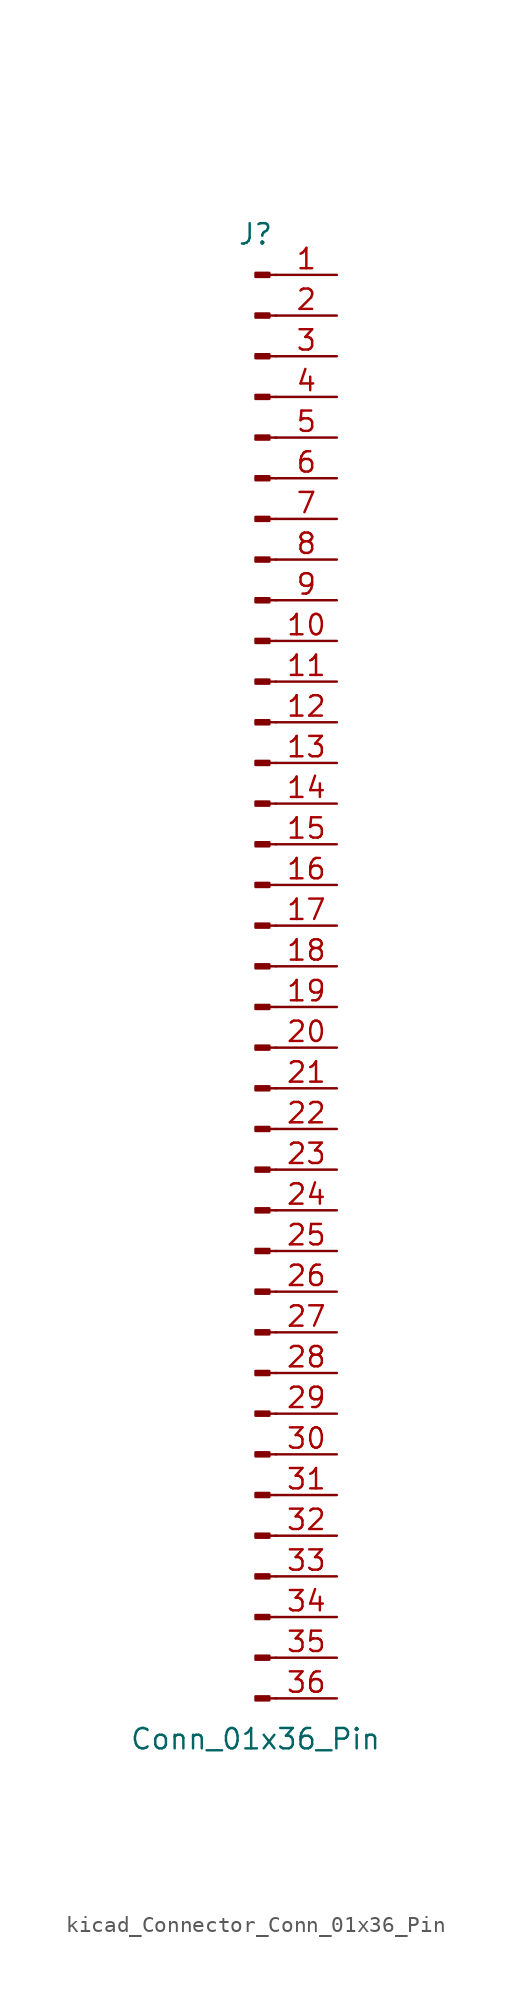
<source format=kicad_sym>
(kicad_symbol_lib
  (version 20220914)
  (generator kicad_symbol_editor)
  (symbol "kicad_Connector_Conn_01x36_Pin"
    (pin_names
      (offset 1.016) hide)
    (property "Reference" "J"
      (at 0 45.72 0)
      (effects (font (size 1.27 1.27))))
    (property "Value" "Conn_01x36_Pin"
      (at 0 -48.26 0)
      (effects (font (size 1.27 1.27))))
    (property "ki_locked" ""
      (at 0 0 0)
      (effects (font (size 1.27 1.27))))
    (symbol "kicad_Connector_Conn_01x36_Pin_1_1"
      (polyline (pts (xy 1.27 -45.72) (xy 0.864 -45.72)) (stroke (width 0.152) (type default)) (fill (type none)))
      (polyline (pts (xy 1.27 -43.18) (xy 0.864 -43.18)) (stroke (width 0.152) (type default)) (fill (type none)))
      (polyline (pts (xy 1.27 -40.64) (xy 0.864 -40.64)) (stroke (width 0.152) (type default)) (fill (type none)))
      (polyline (pts (xy 1.27 -38.1) (xy 0.864 -38.1)) (stroke (width 0.152) (type default)) (fill (type none)))
      (polyline (pts (xy 1.27 -35.56) (xy 0.864 -35.56)) (stroke (width 0.152) (type default)) (fill (type none)))
      (polyline (pts (xy 1.27 -33.02) (xy 0.864 -33.02)) (stroke (width 0.152) (type default)) (fill (type none)))
      (polyline (pts (xy 1.27 -30.48) (xy 0.864 -30.48)) (stroke (width 0.152) (type default)) (fill (type none)))
      (polyline (pts (xy 1.27 -27.94) (xy 0.864 -27.94)) (stroke (width 0.152) (type default)) (fill (type none)))
      (polyline (pts (xy 1.27 -25.4) (xy 0.864 -25.4)) (stroke (width 0.152) (type default)) (fill (type none)))
      (polyline (pts (xy 1.27 -22.86) (xy 0.864 -22.86)) (stroke (width 0.152) (type default)) (fill (type none)))
      (polyline (pts (xy 1.27 -20.32) (xy 0.864 -20.32)) (stroke (width 0.152) (type default)) (fill (type none)))
      (polyline (pts (xy 1.27 -17.78) (xy 0.864 -17.78)) (stroke (width 0.152) (type default)) (fill (type none)))
      (polyline (pts (xy 1.27 -15.24) (xy 0.864 -15.24)) (stroke (width 0.152) (type default)) (fill (type none)))
      (polyline (pts (xy 1.27 -12.7) (xy 0.864 -12.7)) (stroke (width 0.152) (type default)) (fill (type none)))
      (polyline (pts (xy 1.27 -10.16) (xy 0.864 -10.16)) (stroke (width 0.152) (type default)) (fill (type none)))
      (polyline (pts (xy 1.27 -7.62) (xy 0.864 -7.62)) (stroke (width 0.152) (type default)) (fill (type none)))
      (polyline (pts (xy 1.27 -5.08) (xy 0.864 -5.08)) (stroke (width 0.152) (type default)) (fill (type none)))
      (polyline (pts (xy 1.27 -2.54) (xy 0.864 -2.54)) (stroke (width 0.152) (type default)) (fill (type none)))
      (polyline (pts (xy 1.27 0) (xy 0.864 0)) (stroke (width 0.152) (type default)) (fill (type none)))
      (polyline (pts (xy 1.27 2.54) (xy 0.864 2.54)) (stroke (width 0.152) (type default)) (fill (type none)))
      (polyline (pts (xy 1.27 5.08) (xy 0.864 5.08)) (stroke (width 0.152) (type default)) (fill (type none)))
      (polyline (pts (xy 1.27 7.62) (xy 0.864 7.62)) (stroke (width 0.152) (type default)) (fill (type none)))
      (polyline (pts (xy 1.27 10.16) (xy 0.864 10.16)) (stroke (width 0.152) (type default)) (fill (type none)))
      (polyline (pts (xy 1.27 12.7) (xy 0.864 12.7)) (stroke (width 0.152) (type default)) (fill (type none)))
      (polyline (pts (xy 1.27 15.24) (xy 0.864 15.24)) (stroke (width 0.152) (type default)) (fill (type none)))
      (polyline (pts (xy 1.27 17.78) (xy 0.864 17.78)) (stroke (width 0.152) (type default)) (fill (type none)))
      (polyline (pts (xy 1.27 20.32) (xy 0.864 20.32)) (stroke (width 0.152) (type default)) (fill (type none)))
      (polyline (pts (xy 1.27 22.86) (xy 0.864 22.86)) (stroke (width 0.152) (type default)) (fill (type none)))
      (polyline (pts (xy 1.27 25.4) (xy 0.864 25.4)) (stroke (width 0.152) (type default)) (fill (type none)))
      (polyline (pts (xy 1.27 27.94) (xy 0.864 27.94)) (stroke (width 0.152) (type default)) (fill (type none)))
      (polyline (pts (xy 1.27 30.48) (xy 0.864 30.48)) (stroke (width 0.152) (type default)) (fill (type none)))
      (polyline (pts (xy 1.27 33.02) (xy 0.864 33.02)) (stroke (width 0.152) (type default)) (fill (type none)))
      (polyline (pts (xy 1.27 35.56) (xy 0.864 35.56)) (stroke (width 0.152) (type default)) (fill (type none)))
      (polyline (pts (xy 1.27 38.1) (xy 0.864 38.1)) (stroke (width 0.152) (type default)) (fill (type none)))
      (polyline (pts (xy 1.27 40.64) (xy 0.864 40.64)) (stroke (width 0.152) (type default)) (fill (type none)))
      (polyline (pts (xy 1.27 43.18) (xy 0.864 43.18)) (stroke (width 0.152) (type default)) (fill (type none)))
      (rectangle (start 0.864 -45.593) (end 0 -45.847) (stroke (width 0.152) (type default)) (fill (type outline)))
      (rectangle (start 0.864 -43.053) (end 0 -43.307) (stroke (width 0.152) (type default)) (fill (type outline)))
      (rectangle (start 0.864 -40.513) (end 0 -40.767) (stroke (width 0.152) (type default)) (fill (type outline)))
      (rectangle (start 0.864 -37.973) (end 0 -38.227) (stroke (width 0.152) (type default)) (fill (type outline)))
      (rectangle (start 0.864 -35.433) (end 0 -35.687) (stroke (width 0.152) (type default)) (fill (type outline)))
      (rectangle (start 0.864 -32.893) (end 0 -33.147) (stroke (width 0.152) (type default)) (fill (type outline)))
      (rectangle (start 0.864 -30.353) (end 0 -30.607) (stroke (width 0.152) (type default)) (fill (type outline)))
      (rectangle (start 0.864 -27.813) (end 0 -28.067) (stroke (width 0.152) (type default)) (fill (type outline)))
      (rectangle (start 0.864 -25.273) (end 0 -25.527) (stroke (width 0.152) (type default)) (fill (type outline)))
      (rectangle (start 0.864 -22.733) (end 0 -22.987) (stroke (width 0.152) (type default)) (fill (type outline)))
      (rectangle (start 0.864 -20.193) (end 0 -20.447) (stroke (width 0.152) (type default)) (fill (type outline)))
      (rectangle (start 0.864 -17.653) (end 0 -17.907) (stroke (width 0.152) (type default)) (fill (type outline)))
      (rectangle (start 0.864 -15.113) (end 0 -15.367) (stroke (width 0.152) (type default)) (fill (type outline)))
      (rectangle (start 0.864 -12.573) (end 0 -12.827) (stroke (width 0.152) (type default)) (fill (type outline)))
      (rectangle (start 0.864 -10.033) (end 0 -10.287) (stroke (width 0.152) (type default)) (fill (type outline)))
      (rectangle (start 0.864 -7.493) (end 0 -7.747) (stroke (width 0.152) (type default)) (fill (type outline)))
      (rectangle (start 0.864 -4.953) (end 0 -5.207) (stroke (width 0.152) (type default)) (fill (type outline)))
      (rectangle (start 0.864 -2.413) (end 0 -2.667) (stroke (width 0.152) (type default)) (fill (type outline)))
      (rectangle (start 0.864 0.127) (end 0 -0.127) (stroke (width 0.152) (type default)) (fill (type outline)))
      (rectangle (start 0.864 2.667) (end 0 2.413) (stroke (width 0.152) (type default)) (fill (type outline)))
      (rectangle (start 0.864 5.207) (end 0 4.953) (stroke (width 0.152) (type default)) (fill (type outline)))
      (rectangle (start 0.864 7.747) (end 0 7.493) (stroke (width 0.152) (type default)) (fill (type outline)))
      (rectangle (start 0.864 10.287) (end 0 10.033) (stroke (width 0.152) (type default)) (fill (type outline)))
      (rectangle (start 0.864 12.827) (end 0 12.573) (stroke (width 0.152) (type default)) (fill (type outline)))
      (rectangle (start 0.864 15.367) (end 0 15.113) (stroke (width 0.152) (type default)) (fill (type outline)))
      (rectangle (start 0.864 17.907) (end 0 17.653) (stroke (width 0.152) (type default)) (fill (type outline)))
      (rectangle (start 0.864 20.447) (end 0 20.193) (stroke (width 0.152) (type default)) (fill (type outline)))
      (rectangle (start 0.864 22.987) (end 0 22.733) (stroke (width 0.152) (type default)) (fill (type outline)))
      (rectangle (start 0.864 25.527) (end 0 25.273) (stroke (width 0.152) (type default)) (fill (type outline)))
      (rectangle (start 0.864 28.067) (end 0 27.813) (stroke (width 0.152) (type default)) (fill (type outline)))
      (rectangle (start 0.864 30.607) (end 0 30.353) (stroke (width 0.152) (type default)) (fill (type outline)))
      (rectangle (start 0.864 33.147) (end 0 32.893) (stroke (width 0.152) (type default)) (fill (type outline)))
      (rectangle (start 0.864 35.687) (end 0 35.433) (stroke (width 0.152) (type default)) (fill (type outline)))
      (rectangle (start 0.864 38.227) (end 0 37.973) (stroke (width 0.152) (type default)) (fill (type outline)))
      (rectangle (start 0.864 40.767) (end 0 40.513) (stroke (width 0.152) (type default)) (fill (type outline)))
      (rectangle (start 0.864 43.307) (end 0 43.053) (stroke (width 0.152) (type default)) (fill (type outline)))
      (pin passive line (at 5.08 43.18 180) (length 3.81) (name "Pin_1" (effects (font (size 1.27 1.27)))) (number "1" (effects (font (size 1.27 1.27)))))
      (pin passive line (at 5.08 20.32 180) (length 3.81) (name "Pin_10" (effects (font (size 1.27 1.27)))) (number "10" (effects (font (size 1.27 1.27)))))
      (pin passive line (at 5.08 17.78 180) (length 3.81) (name "Pin_11" (effects (font (size 1.27 1.27)))) (number "11" (effects (font (size 1.27 1.27)))))
      (pin passive line (at 5.08 15.24 180) (length 3.81) (name "Pin_12" (effects (font (size 1.27 1.27)))) (number "12" (effects (font (size 1.27 1.27)))))
      (pin passive line (at 5.08 12.7 180) (length 3.81) (name "Pin_13" (effects (font (size 1.27 1.27)))) (number "13" (effects (font (size 1.27 1.27)))))
      (pin passive line (at 5.08 10.16 180) (length 3.81) (name "Pin_14" (effects (font (size 1.27 1.27)))) (number "14" (effects (font (size 1.27 1.27)))))
      (pin passive line (at 5.08 7.62 180) (length 3.81) (name "Pin_15" (effects (font (size 1.27 1.27)))) (number "15" (effects (font (size 1.27 1.27)))))
      (pin passive line (at 5.08 5.08 180) (length 3.81) (name "Pin_16" (effects (font (size 1.27 1.27)))) (number "16" (effects (font (size 1.27 1.27)))))
      (pin passive line (at 5.08 2.54 180) (length 3.81) (name "Pin_17" (effects (font (size 1.27 1.27)))) (number "17" (effects (font (size 1.27 1.27)))))
      (pin passive line (at 5.08 0 180) (length 3.81) (name "Pin_18" (effects (font (size 1.27 1.27)))) (number "18" (effects (font (size 1.27 1.27)))))
      (pin passive line (at 5.08 -2.54 180) (length 3.81) (name "Pin_19" (effects (font (size 1.27 1.27)))) (number "19" (effects (font (size 1.27 1.27)))))
      (pin passive line (at 5.08 40.64 180) (length 3.81) (name "Pin_2" (effects (font (size 1.27 1.27)))) (number "2" (effects (font (size 1.27 1.27)))))
      (pin passive line (at 5.08 -5.08 180) (length 3.81) (name "Pin_20" (effects (font (size 1.27 1.27)))) (number "20" (effects (font (size 1.27 1.27)))))
      (pin passive line (at 5.08 -7.62 180) (length 3.81) (name "Pin_21" (effects (font (size 1.27 1.27)))) (number "21" (effects (font (size 1.27 1.27)))))
      (pin passive line (at 5.08 -10.16 180) (length 3.81) (name "Pin_22" (effects (font (size 1.27 1.27)))) (number "22" (effects (font (size 1.27 1.27)))))
      (pin passive line (at 5.08 -12.7 180) (length 3.81) (name "Pin_23" (effects (font (size 1.27 1.27)))) (number "23" (effects (font (size 1.27 1.27)))))
      (pin passive line (at 5.08 -15.24 180) (length 3.81) (name "Pin_24" (effects (font (size 1.27 1.27)))) (number "24" (effects (font (size 1.27 1.27)))))
      (pin passive line (at 5.08 -17.78 180) (length 3.81) (name "Pin_25" (effects (font (size 1.27 1.27)))) (number "25" (effects (font (size 1.27 1.27)))))
      (pin passive line (at 5.08 -20.32 180) (length 3.81) (name "Pin_26" (effects (font (size 1.27 1.27)))) (number "26" (effects (font (size 1.27 1.27)))))
      (pin passive line (at 5.08 -22.86 180) (length 3.81) (name "Pin_27" (effects (font (size 1.27 1.27)))) (number "27" (effects (font (size 1.27 1.27)))))
      (pin passive line (at 5.08 -25.4 180) (length 3.81) (name "Pin_28" (effects (font (size 1.27 1.27)))) (number "28" (effects (font (size 1.27 1.27)))))
      (pin passive line (at 5.08 -27.94 180) (length 3.81) (name "Pin_29" (effects (font (size 1.27 1.27)))) (number "29" (effects (font (size 1.27 1.27)))))
      (pin passive line (at 5.08 38.1 180) (length 3.81) (name "Pin_3" (effects (font (size 1.27 1.27)))) (number "3" (effects (font (size 1.27 1.27)))))
      (pin passive line (at 5.08 -30.48 180) (length 3.81) (name "Pin_30" (effects (font (size 1.27 1.27)))) (number "30" (effects (font (size 1.27 1.27)))))
      (pin passive line (at 5.08 -33.02 180) (length 3.81) (name "Pin_31" (effects (font (size 1.27 1.27)))) (number "31" (effects (font (size 1.27 1.27)))))
      (pin passive line (at 5.08 -35.56 180) (length 3.81) (name "Pin_32" (effects (font (size 1.27 1.27)))) (number "32" (effects (font (size 1.27 1.27)))))
      (pin passive line (at 5.08 -38.1 180) (length 3.81) (name "Pin_33" (effects (font (size 1.27 1.27)))) (number "33" (effects (font (size 1.27 1.27)))))
      (pin passive line (at 5.08 -40.64 180) (length 3.81) (name "Pin_34" (effects (font (size 1.27 1.27)))) (number "34" (effects (font (size 1.27 1.27)))))
      (pin passive line (at 5.08 -43.18 180) (length 3.81) (name "Pin_35" (effects (font (size 1.27 1.27)))) (number "35" (effects (font (size 1.27 1.27)))))
      (pin passive line (at 5.08 -45.72 180) (length 3.81) (name "Pin_36" (effects (font (size 1.27 1.27)))) (number "36" (effects (font (size 1.27 1.27)))))
      (pin passive line (at 5.08 35.56 180) (length 3.81) (name "Pin_4" (effects (font (size 1.27 1.27)))) (number "4" (effects (font (size 1.27 1.27)))))
      (pin passive line (at 5.08 33.02 180) (length 3.81) (name "Pin_5" (effects (font (size 1.27 1.27)))) (number "5" (effects (font (size 1.27 1.27)))))
      (pin passive line (at 5.08 30.48 180) (length 3.81) (name "Pin_6" (effects (font (size 1.27 1.27)))) (number "6" (effects (font (size 1.27 1.27)))))
      (pin passive line (at 5.08 27.94 180) (length 3.81) (name "Pin_7" (effects (font (size 1.27 1.27)))) (number "7" (effects (font (size 1.27 1.27)))))
      (pin passive line (at 5.08 25.4 180) (length 3.81) (name "Pin_8" (effects (font (size 1.27 1.27)))) (number "8" (effects (font (size 1.27 1.27)))))
      (pin passive line (at 5.08 22.86 180) (length 3.81) (name "Pin_9" (effects (font (size 1.27 1.27)))) (number "9" (effects (font (size 1.27 1.27))))))))
</source>
